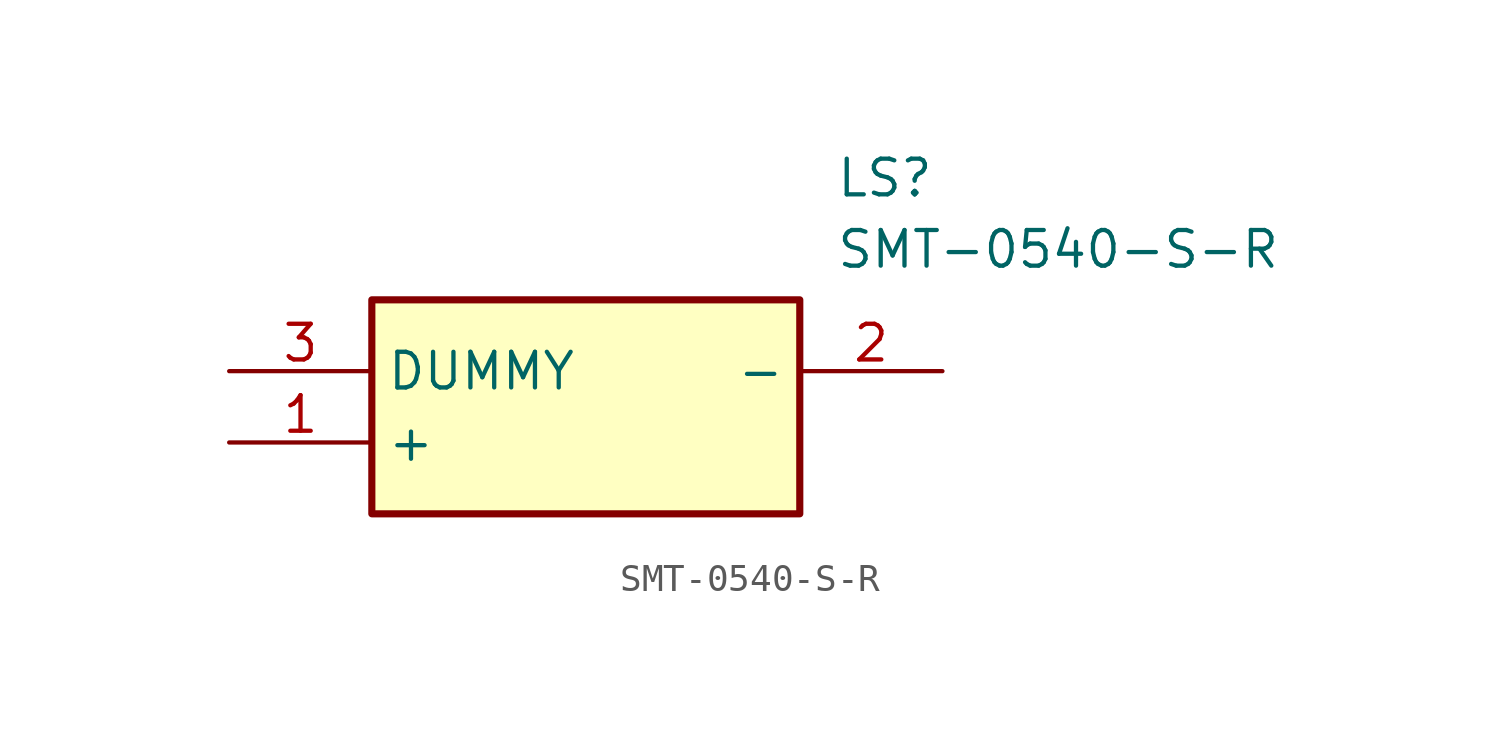
<source format=kicad_sym>
(kicad_symbol_lib
  (version 20220914)
  (generator SamacSys_ECAD_Model)
  (symbol "SMT-0540-S-R"
    (property "Reference" "LS"
      (at 21.59 7.62 0)
      (effects (font (size 1.27 1.27)) (justify left top)))
    (property "Value" "SMT-0540-S-R"
      (at 21.59 5.08 0)
      (effects (font (size 1.27 1.27)) (justify left top)))
    (rectangle
      (start 5.08 2.54)
      (end 20.32 -5.08)
      (stroke (width 0.254) (type default))
      (fill (type background)))
    (pin passive line
      (at 0 -2.54 0)
      (length 5.08)
      (name "+" (effects (font (size 1.27 1.27))))
      (number "1" (effects (font (size 1.27 1.27)))))
    (pin passive line
      (at 25.4 0 180)
      (length 5.08)
      (name "-" (effects (font (size 1.27 1.27))))
      (number "2" (effects (font (size 1.27 1.27)))))
    (pin passive line
      (at 0 0 0)
      (length 5.08)
      (name "DUMMY" (effects (font (size 1.27 1.27))))
      (number "3" (effects (font (size 1.27 1.27)))))))
</source>
